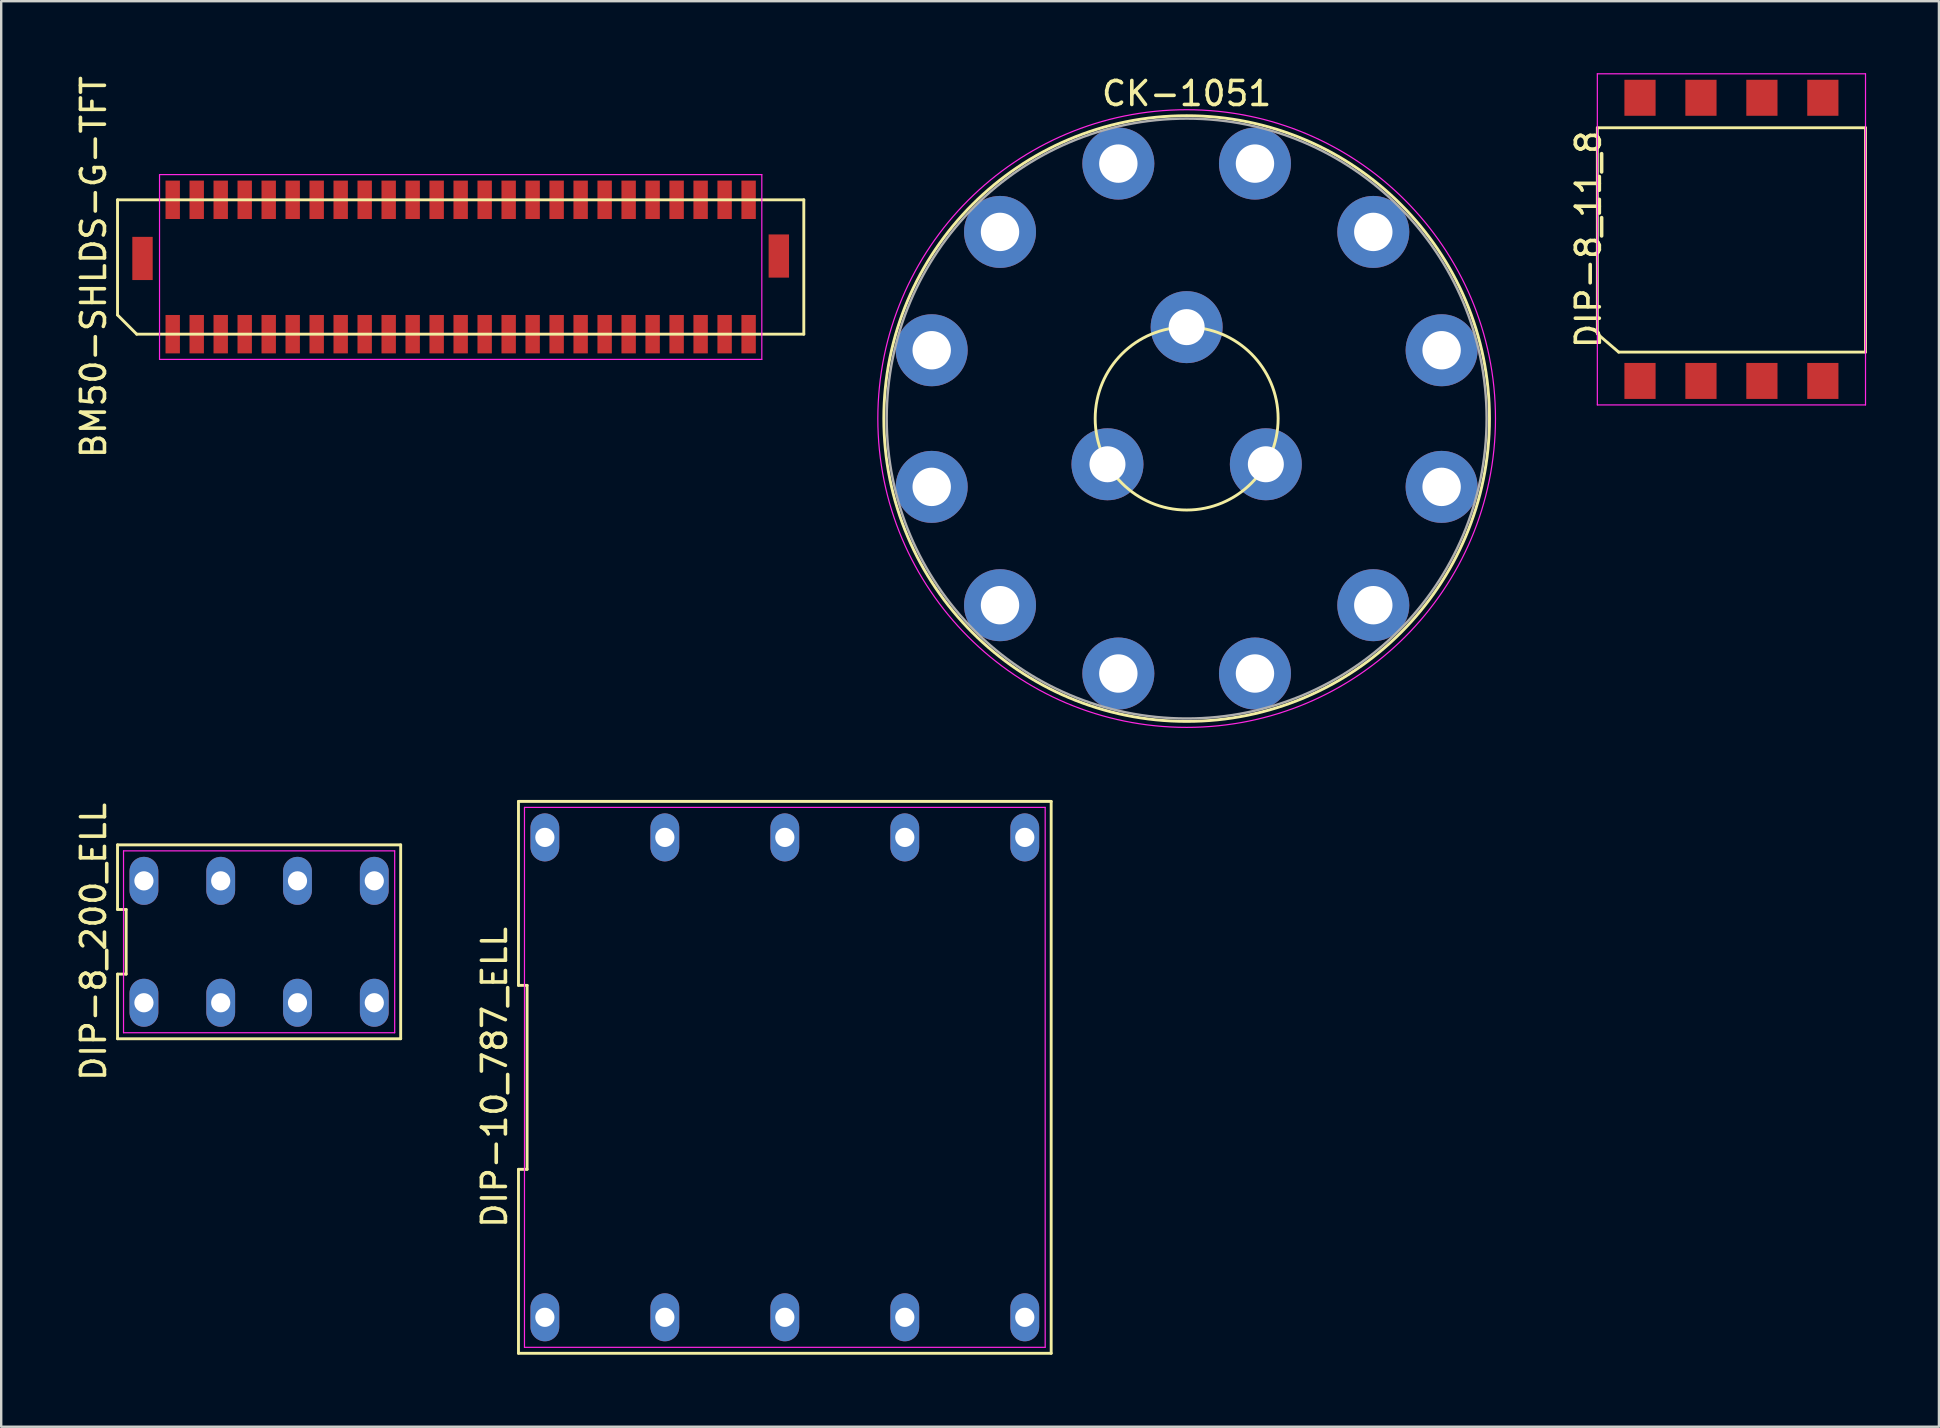
<source format=kicad_pcb>
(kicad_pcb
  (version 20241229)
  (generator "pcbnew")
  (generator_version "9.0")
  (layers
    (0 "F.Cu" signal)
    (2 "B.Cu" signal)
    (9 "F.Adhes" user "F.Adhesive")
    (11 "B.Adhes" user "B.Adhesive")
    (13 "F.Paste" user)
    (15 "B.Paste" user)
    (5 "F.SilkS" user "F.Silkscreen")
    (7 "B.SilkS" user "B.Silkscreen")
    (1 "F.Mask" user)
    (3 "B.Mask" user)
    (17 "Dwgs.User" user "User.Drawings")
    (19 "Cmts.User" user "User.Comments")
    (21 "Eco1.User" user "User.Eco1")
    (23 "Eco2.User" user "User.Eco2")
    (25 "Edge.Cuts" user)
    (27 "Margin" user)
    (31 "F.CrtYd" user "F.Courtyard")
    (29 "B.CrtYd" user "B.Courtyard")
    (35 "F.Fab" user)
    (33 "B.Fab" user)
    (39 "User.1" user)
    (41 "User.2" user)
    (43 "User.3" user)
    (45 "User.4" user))
  (footprint "CK-1051"
    (layer "F.Cu")
    (at 46.403 14.393)
    (property "Reference" "CK-1051" (at 0 -13.545 0) (layer "F.SilkS") (effects (font (size 1 1) (thickness 0.15))))
    (attr through_hole)
    (fp_circle (center 0 0) (end 0 12.62) (stroke (width 0.12) (type solid)) (fill no) (layer "F.SilkS"))
    (fp_circle (center 0 0) (end 3.81 0.127) (stroke (width 0.12) (type solid)) (fill no) (layer "F.SilkS"))
    (fp_circle (center 0 0) (end 0 12.87) (stroke (width 0.05) (type solid)) (fill no) (layer "F.CrtYd"))
    (fp_circle (center 0 0) (end 0 12.5) (stroke (width 0.1) (type solid)) (fill no) (layer "F.Fab"))
    (pad "1" thru_hole oval (at 2.847 -10.625) (size 3 3) (drill 1.6) (layers "*.Cu" "*.Mask"))
    (pad "2" thru_hole oval (at 7.778 -7.778) (size 3 3) (drill 1.6) (layers "*.Cu" "*.Mask"))
    (pad "3" thru_hole oval (at 10.625 -2.847) (size 3 3) (drill 1.6) (layers "*.Cu" "*.Mask"))
    (pad "4" thru_hole oval (at 10.625 2.847) (size 3 3) (drill 1.6) (layers "*.Cu" "*.Mask"))
    (pad "5" thru_hole oval (at 7.778 7.778) (size 3 3) (drill 1.6) (layers "*.Cu" "*.Mask"))
    (pad "6" thru_hole oval (at 2.847 10.625) (size 3 3) (drill 1.6) (layers "*.Cu" "*.Mask"))
    (pad "7" thru_hole oval (at -2.847 10.625) (size 3 3) (drill 1.6) (layers "*.Cu" "*.Mask"))
    (pad "8" thru_hole oval (at -7.778 7.778) (size 3 3) (drill 1.6) (layers "*.Cu" "*.Mask"))
    (pad "9" thru_hole oval (at -10.625 2.847) (size 3 3) (drill 1.6) (layers "*.Cu" "*.Mask"))
    (pad "10" thru_hole oval (at -10.625 -2.847) (size 3 3) (drill 1.6) (layers "*.Cu" "*.Mask"))
    (pad "11" thru_hole oval (at -7.778 -7.778) (size 3 3) (drill 1.6) (layers "*.Cu" "*.Mask"))
    (pad "12" thru_hole oval (at -2.847 -10.625) (size 3 3) (drill 1.6) (layers "*.Cu" "*.Mask"))
    (pad "13" thru_hole circle (at 0 -3.81) (size 3 3) (drill 1.5) (layers "*.Cu" "*.Mask"))
    (pad "14" thru_hole circle (at -3.3 1.905 120) (size 3 3) (drill 1.5) (layers "*.Cu" "*.Mask"))
    (pad "15" thru_hole circle (at 3.3 1.905 240) (size 3 3) (drill 1.5) (layers "*.Cu" "*.Mask")))
  (footprint "DIP-10_787_ELL"
    (layer "F.Cu")
    (at 29.657 41.848)
    (property "Reference" "DIP-10_787_ELL" (at -12.1 0 90) (layer "F.SilkS") (effects (font (size 1 1) (thickness 0.15))))
    (attr through_hole)
    (fp_line (start -11.1 -11.5) (end -11.1 -3.833) (stroke (width 0.12) (type solid)) (layer "F.SilkS"))
    (fp_line (start -11.1 -3.833) (end -10.74 -3.833) (stroke (width 0.12) (type solid)) (layer "F.SilkS"))
    (fp_line (start -11.1 3.833) (end -11.1 11.5) (stroke (width 0.12) (type solid)) (layer "F.SilkS"))
    (fp_line (start -11.1 11.5) (end 11.1 11.5) (stroke (width 0.12) (type solid)) (layer "F.SilkS"))
    (fp_line (start -10.74 -3.833) (end -10.74 3.833) (stroke (width 0.12) (type solid)) (layer "F.SilkS"))
    (fp_line (start -10.74 3.833) (end -11.1 3.833) (stroke (width 0.12) (type solid)) (layer "F.SilkS"))
    (fp_line (start 11.1 -11.5) (end -11.1 -11.5) (stroke (width 0.12) (type solid)) (layer "F.SilkS"))
    (fp_line (start 11.1 11.5) (end 11.1 -11.5) (stroke (width 0.12) (type solid)) (layer "F.SilkS"))
    (fp_line (start -10.85 -11.25) (end 10.85 -11.25) (stroke (width 0.05) (type solid)) (layer "F.CrtYd"))
    (fp_line (start -10.85 11.25) (end -10.85 -11.25) (stroke (width 0.05) (type solid)) (layer "F.CrtYd"))
    (fp_line (start 10.85 -11.25) (end 10.85 11.25) (stroke (width 0.05) (type solid)) (layer "F.CrtYd"))
    (fp_line (start 10.85 11.25) (end -10.85 11.25) (stroke (width 0.05) (type solid)) (layer "F.CrtYd"))
    (pad "1" thru_hole oval (at -10 10) (size 1.2 2) (drill 0.8) (layers "*.Cu" "*.Mask"))
    (pad "2" thru_hole oval (at -5 10) (size 1.2 2) (drill 0.8) (layers "*.Cu" "*.Mask"))
    (pad "3" thru_hole oval (at 0 10) (size 1.2 2) (drill 0.8) (layers "*.Cu" "*.Mask"))
    (pad "4" thru_hole oval (at 5 10) (size 1.2 2) (drill 0.8) (layers "*.Cu" "*.Mask"))
    (pad "5" thru_hole oval (at 10 10) (size 1.2 2) (drill 0.8) (layers "*.Cu" "*.Mask"))
    (pad "6" thru_hole oval (at 10 -10) (size 1.2 2) (drill 0.8) (layers "*.Cu" "*.Mask"))
    (pad "7" thru_hole oval (at 5 -10) (size 1.2 2) (drill 0.8) (layers "*.Cu" "*.Mask"))
    (pad "8" thru_hole oval (at 0 -10) (size 1.2 2) (drill 0.8) (layers "*.Cu" "*.Mask"))
    (pad "9" thru_hole oval (at -5 -10) (size 1.2 2) (drill 0.8) (layers "*.Cu" "*.Mask"))
    (pad "10" thru_hole oval (at -10 -10) (size 1.2 2) (drill 0.8) (layers "*.Cu" "*.Mask")))
  (footprint "DIP-8_11_8"
    (layer "F.Cu")
    (at 69.106 6.925)
    (property "Reference" "DIP-8_11_8" (at -5.96 0 90) (layer "F.SilkS") (effects (font (size 1 1) (thickness 0.15))))
    (attr smd)
    (fp_line (start -5.588 -4.65) (end 5.588 -4.65) (stroke (width 0.12) (type solid)) (layer "F.SilkS"))
    (fp_line (start -5.588 3.913) (end -5.588 -4.65) (stroke (width 0.12) (type solid)) (layer "F.SilkS"))
    (fp_line (start -4.699 4.699) (end -5.588 3.937) (stroke (width 0.12) (type solid)) (layer "F.SilkS"))
    (fp_line (start -4.699 4.699) (end 5.588 4.699) (stroke (width 0.12) (type solid)) (layer "F.SilkS"))
    (fp_line (start 5.588 -4.65) (end 5.588 4.699) (stroke (width 0.12) (type solid)) (layer "F.SilkS"))
    (fp_line (start -5.588 -6.9) (end 5.588 -6.9) (stroke (width 0.05) (type solid)) (layer "F.CrtYd"))
    (fp_line (start -5.588 6.9) (end -5.588 -6.9) (stroke (width 0.05) (type solid)) (layer "F.CrtYd"))
    (fp_line (start 5.588 -6.9) (end 5.588 6.9) (stroke (width 0.05) (type solid)) (layer "F.CrtYd"))
    (fp_line (start 5.588 6.9) (end -5.588 6.9) (stroke (width 0.05) (type solid)) (layer "F.CrtYd"))
    (pad "1" smd rect (at -3.81 5.9) (size 1.3 1.5) (layers "F.Cu" "F.Mask" "F.Paste"))
    (pad "2" smd rect (at -1.27 5.9) (size 1.3 1.5) (layers "F.Cu" "F.Mask" "F.Paste"))
    (pad "3" smd rect (at 1.27 5.9) (size 1.3 1.5) (layers "F.Cu" "F.Mask" "F.Paste"))
    (pad "4" smd rect (at 3.81 5.9) (size 1.3 1.5) (layers "F.Cu" "F.Mask" "F.Paste"))
    (pad "5" smd rect (at 3.81 -5.9) (size 1.3 1.5) (layers "F.Cu" "F.Mask" "F.Paste"))
    (pad "6" smd rect (at 1.27 -5.9) (size 1.3 1.5) (layers "F.Cu" "F.Mask" "F.Paste"))
    (pad "7" smd rect (at -1.27 -5.9) (size 1.3 1.5) (layers "F.Cu" "F.Mask" "F.Paste"))
    (pad "8" smd rect (at -3.81 -5.9) (size 1.3 1.5) (layers "F.Cu" "F.Mask" "F.Paste")))
  (footprint "DIP-8_200_ELL"
    (layer "F.Cu")
    (at 7.748 36.199)
    (property "Reference" "DIP-8_200_ELL" (at -6.9 0 90) (layer "F.SilkS") (effects (font (size 1 1) (thickness 0.15))))
    (attr through_hole)
    (fp_line (start -5.9 -4.04) (end -5.9 -1.347) (stroke (width 0.12) (type solid)) (layer "F.SilkS"))
    (fp_line (start -5.9 -1.347) (end -5.54 -1.347) (stroke (width 0.12) (type solid)) (layer "F.SilkS"))
    (fp_line (start -5.9 1.347) (end -5.9 4.04) (stroke (width 0.12) (type solid)) (layer "F.SilkS"))
    (fp_line (start -5.9 4.04) (end 5.9 4.04) (stroke (width 0.12) (type solid)) (layer "F.SilkS"))
    (fp_line (start -5.54 -1.347) (end -5.54 1.347) (stroke (width 0.12) (type solid)) (layer "F.SilkS"))
    (fp_line (start -5.54 1.347) (end -5.9 1.347) (stroke (width 0.12) (type solid)) (layer "F.SilkS"))
    (fp_line (start 5.9 -4.04) (end -5.9 -4.04) (stroke (width 0.12) (type solid)) (layer "F.SilkS"))
    (fp_line (start 5.9 4.04) (end 5.9 -4.04) (stroke (width 0.12) (type solid)) (layer "F.SilkS"))
    (fp_line (start -5.65 -3.79) (end 5.65 -3.79) (stroke (width 0.05) (type solid)) (layer "F.CrtYd"))
    (fp_line (start -5.65 3.79) (end -5.65 -3.79) (stroke (width 0.05) (type solid)) (layer "F.CrtYd"))
    (fp_line (start 5.65 -3.79) (end 5.65 3.79) (stroke (width 0.05) (type solid)) (layer "F.CrtYd"))
    (fp_line (start 5.65 3.79) (end -5.65 3.79) (stroke (width 0.05) (type solid)) (layer "F.CrtYd"))
    (pad "1" thru_hole oval (at -4.8 2.54) (size 1.2 2) (drill 0.8) (layers "*.Cu" "*.Mask"))
    (pad "2" thru_hole oval (at -1.6 2.54) (size 1.2 2) (drill 0.8) (layers "*.Cu" "*.Mask"))
    (pad "3" thru_hole oval (at 1.6 2.54) (size 1.2 2) (drill 0.8) (layers "*.Cu" "*.Mask"))
    (pad "4" thru_hole oval (at 4.8 2.54) (size 1.2 2) (drill 0.8) (layers "*.Cu" "*.Mask"))
    (pad "5" thru_hole oval (at 4.8 -2.54) (size 1.2 2) (drill 0.8) (layers "*.Cu" "*.Mask"))
    (pad "6" thru_hole oval (at 1.6 -2.54) (size 1.2 2) (drill 0.8) (layers "*.Cu" "*.Mask"))
    (pad "7" thru_hole oval (at -1.6 -2.54) (size 1.2 2) (drill 0.8) (layers "*.Cu" "*.Mask"))
    (pad "8" thru_hole oval (at -4.8 -2.54) (size 1.2 2) (drill 0.8) (layers "*.Cu" "*.Mask")))
  (footprint "BM50-SHLDS-G-TFT"
    (layer "F.Cu")
    (at 16.148 8.077)
    (property "Reference" "BM50-SHLDS-G-TFT" (at -15.3 0 90) (layer "F.SilkS") (effects (font (size 1 1) (thickness 0.15))))
    (attr smd)
    (fp_line (start -14.3 -2.8) (end 14.3 -2.8) (stroke (width 0.12) (type solid)) (layer "F.SilkS"))
    (fp_line (start -14.3 2) (end -14.3 -2.8) (stroke (width 0.12) (type solid)) (layer "F.SilkS"))
    (fp_line (start -13.5 2.8) (end -14.3 2) (stroke (width 0.12) (type solid)) (layer "F.SilkS"))
    (fp_line (start 14.3 -2.8) (end 14.3 2.8) (stroke (width 0.12) (type solid)) (layer "F.SilkS"))
    (fp_line (start 14.3 2.8) (end -13.5 2.8) (stroke (width 0.12) (type solid)) (layer "F.SilkS"))
    (fp_line (start -12.55 -3.85) (end 12.55 -3.85) (stroke (width 0.05) (type solid)) (layer "F.CrtYd"))
    (fp_line (start -12.55 3.85) (end -12.55 -3.85) (stroke (width 0.05) (type solid)) (layer "F.CrtYd"))
    (fp_line (start 12.55 -3.85) (end 12.55 3.85) (stroke (width 0.05) (type solid)) (layer "F.CrtYd"))
    (fp_line (start 12.55 3.85) (end -12.55 3.85) (stroke (width 0.05) (type solid)) (layer "F.CrtYd"))
    (pad "1" smd rect (at -12 2.8) (size 0.6 1.6) (layers "F.Cu" "F.Mask" "F.Paste"))
    (pad "2" smd rect (at -12 -2.8) (size 0.6 1.6) (layers "F.Cu" "F.Mask" "F.Paste"))
    (pad "3" smd rect (at -11 2.8) (size 0.6 1.6) (layers "F.Cu" "F.Mask" "F.Paste"))
    (pad "4" smd rect (at -11 -2.8) (size 0.6 1.6) (layers "F.Cu" "F.Mask" "F.Paste"))
    (pad "5" smd rect (at -10 2.8) (size 0.6 1.6) (layers "F.Cu" "F.Mask" "F.Paste"))
    (pad "6" smd rect (at -10 -2.8) (size 0.6 1.6) (layers "F.Cu" "F.Mask" "F.Paste"))
    (pad "7" smd rect (at -9 2.8) (size 0.6 1.6) (layers "F.Cu" "F.Mask" "F.Paste"))
    (pad "8" smd rect (at -9 -2.8) (size 0.6 1.6) (layers "F.Cu" "F.Mask" "F.Paste"))
    (pad "9" smd rect (at -8 2.8) (size 0.6 1.6) (layers "F.Cu" "F.Mask" "F.Paste"))
    (pad "10" smd rect (at -8 -2.8) (size 0.6 1.6) (layers "F.Cu" "F.Mask" "F.Paste"))
    (pad "11" smd rect (at -7 2.8) (size 0.6 1.6) (layers "F.Cu" "F.Mask" "F.Paste"))
    (pad "12" smd rect (at -7 -2.8) (size 0.6 1.6) (layers "F.Cu" "F.Mask" "F.Paste"))
    (pad "13" smd rect (at -6 2.8) (size 0.6 1.6) (layers "F.Cu" "F.Mask" "F.Paste"))
    (pad "14" smd rect (at -6 -2.8) (size 0.6 1.6) (layers "F.Cu" "F.Mask" "F.Paste"))
    (pad "15" smd rect (at -5 2.8) (size 0.6 1.6) (layers "F.Cu" "F.Mask" "F.Paste"))
    (pad "16" smd rect (at -5 -2.8) (size 0.6 1.6) (layers "F.Cu" "F.Mask" "F.Paste"))
    (pad "17" smd rect (at -4 2.8) (size 0.6 1.6) (layers "F.Cu" "F.Mask" "F.Paste"))
    (pad "18" smd rect (at -4 -2.8) (size 0.6 1.6) (layers "F.Cu" "F.Mask" "F.Paste"))
    (pad "19" smd rect (at -3 2.8) (size 0.6 1.6) (layers "F.Cu" "F.Mask" "F.Paste"))
    (pad "20" smd rect (at -3 -2.8) (size 0.6 1.6) (layers "F.Cu" "F.Mask" "F.Paste"))
    (pad "21" smd rect (at -2 2.8) (size 0.6 1.6) (layers "F.Cu" "F.Mask" "F.Paste"))
    (pad "22" smd rect (at -2 -2.8) (size 0.6 1.6) (layers "F.Cu" "F.Mask" "F.Paste"))
    (pad "23" smd rect (at -1 2.8) (size 0.6 1.6) (layers "F.Cu" "F.Mask" "F.Paste"))
    (pad "24" smd rect (at -1 -2.8) (size 0.6 1.6) (layers "F.Cu" "F.Mask" "F.Paste"))
    (pad "25" smd rect (at 0 2.8) (size 0.6 1.6) (layers "F.Cu" "F.Mask" "F.Paste"))
    (pad "26" smd rect (at 0 -2.8) (size 0.6 1.6) (layers "F.Cu" "F.Mask" "F.Paste"))
    (pad "27" smd rect (at 1 2.8) (size 0.6 1.6) (layers "F.Cu" "F.Mask" "F.Paste"))
    (pad "28" smd rect (at 1 -2.8) (size 0.6 1.6) (layers "F.Cu" "F.Mask" "F.Paste"))
    (pad "29" smd rect (at 2 2.8) (size 0.6 1.6) (layers "F.Cu" "F.Mask" "F.Paste"))
    (pad "30" smd rect (at 2 -2.8) (size 0.6 1.6) (layers "F.Cu" "F.Mask" "F.Paste"))
    (pad "31" smd rect (at 3 2.8) (size 0.6 1.6) (layers "F.Cu" "F.Mask" "F.Paste"))
    (pad "32" smd rect (at 3 -2.8) (size 0.6 1.6) (layers "F.Cu" "F.Mask" "F.Paste"))
    (pad "33" smd rect (at 4 2.8) (size 0.6 1.6) (layers "F.Cu" "F.Mask" "F.Paste"))
    (pad "34" smd rect (at 4 -2.8) (size 0.6 1.6) (layers "F.Cu" "F.Mask" "F.Paste"))
    (pad "35" smd rect (at 5 2.8) (size 0.6 1.6) (layers "F.Cu" "F.Mask" "F.Paste"))
    (pad "36" smd rect (at 5 -2.8) (size 0.6 1.6) (layers "F.Cu" "F.Mask" "F.Paste"))
    (pad "37" smd rect (at 6 2.8) (size 0.6 1.6) (layers "F.Cu" "F.Mask" "F.Paste"))
    (pad "38" smd rect (at 6 -2.8) (size 0.6 1.6) (layers "F.Cu" "F.Mask" "F.Paste"))
    (pad "39" smd rect (at 7 2.8) (size 0.6 1.6) (layers "F.Cu" "F.Mask" "F.Paste"))
    (pad "40" smd rect (at 7 -2.8) (size 0.6 1.6) (layers "F.Cu" "F.Mask" "F.Paste"))
    (pad "41" smd rect (at 8 2.8) (size 0.6 1.6) (layers "F.Cu" "F.Mask" "F.Paste"))
    (pad "42" smd rect (at 8 -2.8) (size 0.6 1.6) (layers "F.Cu" "F.Mask" "F.Paste"))
    (pad "43" smd rect (at 9 2.8) (size 0.6 1.6) (layers "F.Cu" "F.Mask" "F.Paste"))
    (pad "44" smd rect (at 9 -2.8) (size 0.6 1.6) (layers "F.Cu" "F.Mask" "F.Paste"))
    (pad "45" smd rect (at 10 2.8) (size 0.6 1.6) (layers "F.Cu" "F.Mask" "F.Paste"))
    (pad "46" smd rect (at 10 -2.8) (size 0.6 1.6) (layers "F.Cu" "F.Mask" "F.Paste"))
    (pad "47" smd rect (at 11 2.8) (size 0.6 1.6) (layers "F.Cu" "F.Mask" "F.Paste"))
    (pad "48" smd rect (at 11 -2.8) (size 0.6 1.6) (layers "F.Cu" "F.Mask" "F.Paste"))
    (pad "49" smd rect (at 12 2.8) (size 0.6 1.6) (layers "F.Cu" "F.Mask" "F.Paste"))
    (pad "50" smd rect (at 12 -2.8) (size 0.6 1.6) (layers "F.Cu" "F.Mask" "F.Paste"))
    (pad "MP1" smd rect (at 13.259 -0.457) (size 0.85 1.8) (layers "F.Cu" "F.Mask" "F.Paste"))
    (pad "MP2" smd rect (at -13.259 -0.356) (size 0.85 1.8) (layers "F.Cu" "F.Mask" "F.Paste")))
  (gr_rect
    (start -3 -3)
    (end 77.754 56.408)
    (stroke (width 0.1) (type default))
    (fill no)
    (layer "Edge.Cuts")))
</source>
